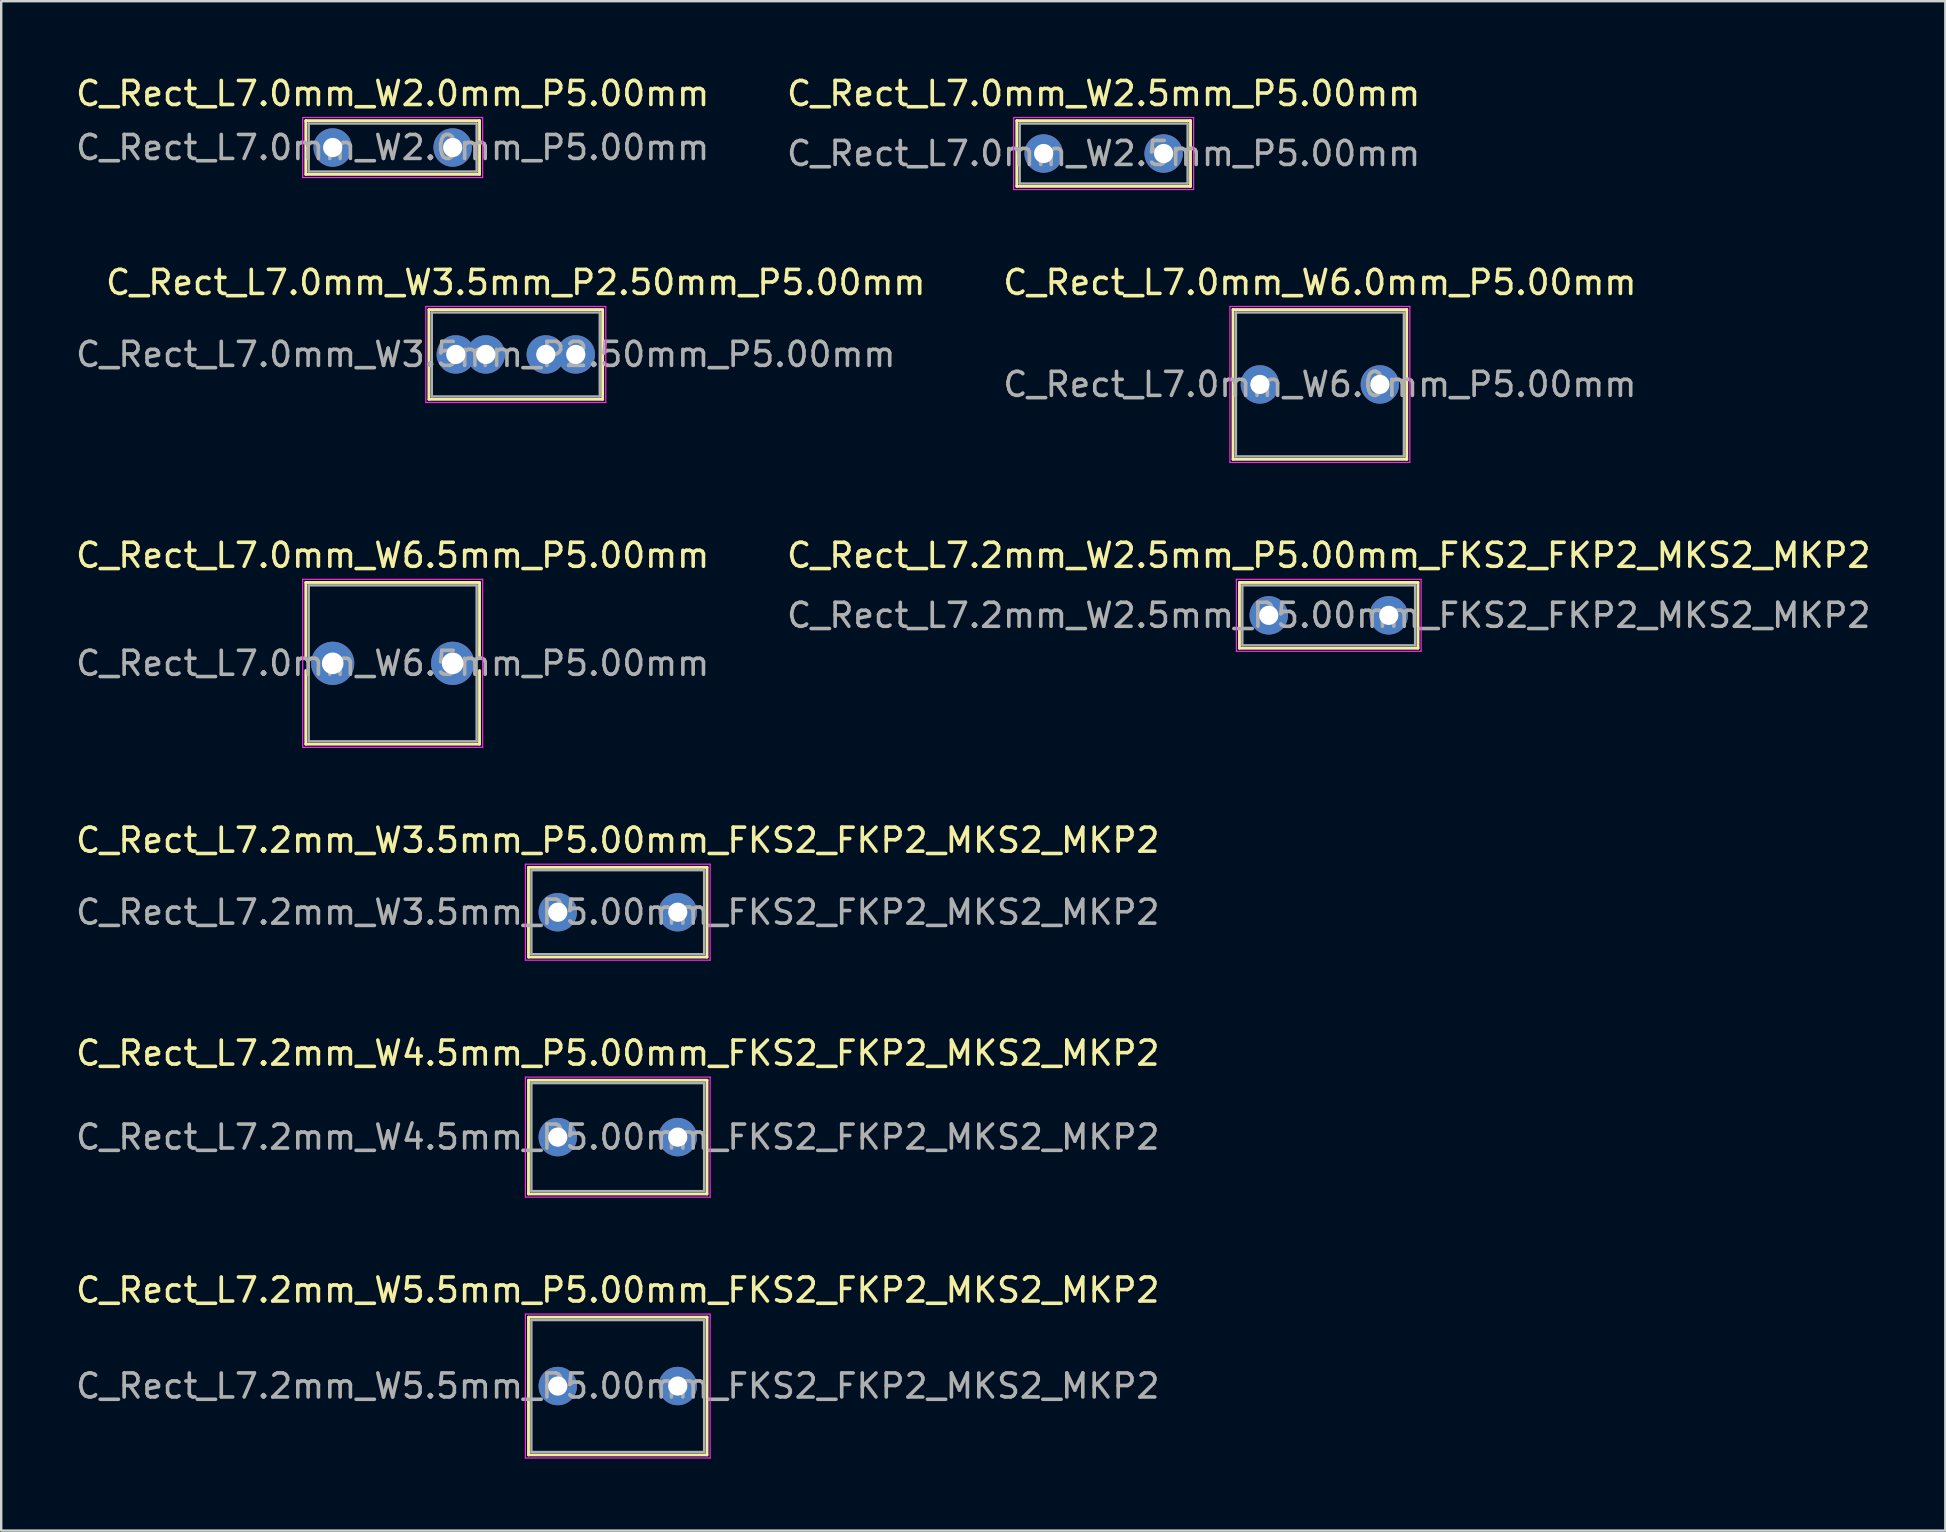
<source format=kicad_pcb>
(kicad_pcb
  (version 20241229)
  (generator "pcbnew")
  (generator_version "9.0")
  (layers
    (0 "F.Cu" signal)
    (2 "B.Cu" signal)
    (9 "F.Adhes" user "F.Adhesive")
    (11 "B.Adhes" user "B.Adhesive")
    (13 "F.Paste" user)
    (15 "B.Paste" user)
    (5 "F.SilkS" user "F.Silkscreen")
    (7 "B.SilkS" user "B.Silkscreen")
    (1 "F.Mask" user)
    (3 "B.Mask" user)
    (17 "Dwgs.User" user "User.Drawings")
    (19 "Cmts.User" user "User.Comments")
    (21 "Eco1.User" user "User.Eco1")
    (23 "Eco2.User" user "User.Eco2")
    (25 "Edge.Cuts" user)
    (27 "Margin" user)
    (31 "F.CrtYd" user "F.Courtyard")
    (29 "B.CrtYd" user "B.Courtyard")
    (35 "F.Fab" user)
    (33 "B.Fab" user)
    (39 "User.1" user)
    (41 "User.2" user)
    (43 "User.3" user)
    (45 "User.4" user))
  (footprint "C_Rect_L7.0mm_W3.5mm_P2.50mm_P5.00mm"
    (layer "F.Cu")
    (at 15.946 11.722)
    (property "Reference" "C_Rect_L7.0mm_W3.5mm_P2.50mm_P5.00mm" (at 2.5 -3 0) (layer "F.SilkS") (effects (font (size 1 1) (thickness 0.15))))
    (attr through_hole)
    (fp_line (start -1.12 -1.87) (end -1.12 1.87) (stroke (width 0.12) (type solid)) (layer "F.SilkS"))
    (fp_line (start -1.12 -1.87) (end 6.12 -1.87) (stroke (width 0.12) (type solid)) (layer "F.SilkS"))
    (fp_line (start -1.12 1.87) (end 6.12 1.87) (stroke (width 0.12) (type solid)) (layer "F.SilkS"))
    (fp_line (start 6.12 -1.87) (end 6.12 1.87) (stroke (width 0.12) (type solid)) (layer "F.SilkS"))
    (fp_line (start -1.25 -2) (end -1.25 2) (stroke (width 0.05) (type solid)) (layer "F.CrtYd"))
    (fp_line (start -1.25 2) (end 6.25 2) (stroke (width 0.05) (type solid)) (layer "F.CrtYd"))
    (fp_line (start 6.25 -2) (end -1.25 -2) (stroke (width 0.05) (type solid)) (layer "F.CrtYd"))
    (fp_line (start 6.25 2) (end 6.25 -2) (stroke (width 0.05) (type solid)) (layer "F.CrtYd"))
    (fp_line (start -1 -1.75) (end -1 1.75) (stroke (width 0.1) (type solid)) (layer "F.Fab"))
    (fp_line (start -1 1.75) (end 6 1.75) (stroke (width 0.1) (type solid)) (layer "F.Fab"))
    (fp_line (start 6 -1.75) (end -1 -1.75) (stroke (width 0.1) (type solid)) (layer "F.Fab"))
    (fp_line (start 6 1.75) (end 6 -1.75) (stroke (width 0.1) (type solid)) (layer "F.Fab"))
    (fp_text user "${REFERENCE}" (at 1.25 0 0) (layer "F.Fab") (effects (font (size 1 1) (thickness 0.15))))
    (pad "1" thru_hole circle (at 0 0) (size 1.6 1.6) (drill 0.8) (layers "*.Cu" "*.Mask"))
    (pad "1" thru_hole circle (at 1.25 0) (size 1.6 1.6) (drill 0.8) (layers "*.Cu" "*.Mask"))
    (pad "2" thru_hole circle (at 3.75 0) (size 1.6 1.6) (drill 0.8) (layers "*.Cu" "*.Mask"))
    (pad "2" thru_hole circle (at 5 0) (size 1.6 1.6) (drill 0.8) (layers "*.Cu" "*.Mask")))
  (footprint "C_Rect_L7.0mm_W6.0mm_P5.00mm"
    (layer "F.Cu")
    (at 49.458 12.972)
    (property "Reference" "C_Rect_L7.0mm_W6.0mm_P5.00mm" (at 2.5 -4.25 0) (layer "F.SilkS") (effects (font (size 1 1) (thickness 0.15))))
    (attr through_hole)
    (fp_line (start -1.12 -3.12) (end -1.12 3.12) (stroke (width 0.12) (type solid)) (layer "F.SilkS"))
    (fp_line (start -1.12 -3.12) (end 6.12 -3.12) (stroke (width 0.12) (type solid)) (layer "F.SilkS"))
    (fp_line (start -1.12 3.12) (end 6.12 3.12) (stroke (width 0.12) (type solid)) (layer "F.SilkS"))
    (fp_line (start 6.12 -3.12) (end 6.12 3.12) (stroke (width 0.12) (type solid)) (layer "F.SilkS"))
    (fp_line (start -1.25 -3.25) (end -1.25 3.25) (stroke (width 0.05) (type solid)) (layer "F.CrtYd"))
    (fp_line (start -1.25 3.25) (end 6.25 3.25) (stroke (width 0.05) (type solid)) (layer "F.CrtYd"))
    (fp_line (start 6.25 -3.25) (end -1.25 -3.25) (stroke (width 0.05) (type solid)) (layer "F.CrtYd"))
    (fp_line (start 6.25 3.25) (end 6.25 -3.25) (stroke (width 0.05) (type solid)) (layer "F.CrtYd"))
    (fp_line (start -1 -3) (end -1 3) (stroke (width 0.1) (type solid)) (layer "F.Fab"))
    (fp_line (start -1 3) (end 6 3) (stroke (width 0.1) (type solid)) (layer "F.Fab"))
    (fp_line (start 6 -3) (end -1 -3) (stroke (width 0.1) (type solid)) (layer "F.Fab"))
    (fp_line (start 6 3) (end 6 -3) (stroke (width 0.1) (type solid)) (layer "F.Fab"))
    (fp_text user "${REFERENCE}" (at 2.5 0 0) (layer "F.Fab") (effects (font (size 1 1) (thickness 0.15))))
    (pad "1" thru_hole circle (at 0 0) (size 1.6 1.6) (drill 0.8) (layers "*.Cu" "*.Mask"))
    (pad "2" thru_hole circle (at 5 0) (size 1.6 1.6) (drill 0.8) (layers "*.Cu" "*.Mask")))
  (footprint "C_Rect_L7.0mm_W2.5mm_P5.00mm"
    (layer "F.Cu")
    (at 40.446 3.348)
    (property "Reference" "C_Rect_L7.0mm_W2.5mm_P5.00mm" (at 2.5 -2.5 0) (layer "F.SilkS") (effects (font (size 1 1) (thickness 0.15))))
    (attr through_hole)
    (fp_line (start -1.12 -1.37) (end -1.12 1.37) (stroke (width 0.12) (type solid)) (layer "F.SilkS"))
    (fp_line (start -1.12 -1.37) (end 6.12 -1.37) (stroke (width 0.12) (type solid)) (layer "F.SilkS"))
    (fp_line (start -1.12 1.37) (end 6.12 1.37) (stroke (width 0.12) (type solid)) (layer "F.SilkS"))
    (fp_line (start 6.12 -1.37) (end 6.12 1.37) (stroke (width 0.12) (type solid)) (layer "F.SilkS"))
    (fp_line (start -1.25 -1.5) (end -1.25 1.5) (stroke (width 0.05) (type solid)) (layer "F.CrtYd"))
    (fp_line (start -1.25 1.5) (end 6.25 1.5) (stroke (width 0.05) (type solid)) (layer "F.CrtYd"))
    (fp_line (start 6.25 -1.5) (end -1.25 -1.5) (stroke (width 0.05) (type solid)) (layer "F.CrtYd"))
    (fp_line (start 6.25 1.5) (end 6.25 -1.5) (stroke (width 0.05) (type solid)) (layer "F.CrtYd"))
    (fp_line (start -1 -1.25) (end -1 1.25) (stroke (width 0.1) (type solid)) (layer "F.Fab"))
    (fp_line (start -1 1.25) (end 6 1.25) (stroke (width 0.1) (type solid)) (layer "F.Fab"))
    (fp_line (start 6 -1.25) (end -1 -1.25) (stroke (width 0.1) (type solid)) (layer "F.Fab"))
    (fp_line (start 6 1.25) (end 6 -1.25) (stroke (width 0.1) (type solid)) (layer "F.Fab"))
    (fp_text user "${REFERENCE}" (at 2.5 0 0) (layer "F.Fab") (effects (font (size 1 1) (thickness 0.15))))
    (pad "1" thru_hole circle (at 0 0) (size 1.6 1.6) (drill 0.8) (layers "*.Cu" "*.Mask"))
    (pad "2" thru_hole circle (at 5 0) (size 1.6 1.6) (drill 0.8) (layers "*.Cu" "*.Mask")))
  (footprint "C_Rect_L7.0mm_W6.5mm_P5.00mm"
    (layer "F.Cu")
    (at 10.815 24.595)
    (property "Reference" "C_Rect_L7.0mm_W6.5mm_P5.00mm" (at 2.5 -4.5 0) (layer "F.SilkS") (effects (font (size 1 1) (thickness 0.15))))
    (attr through_hole)
    (fp_line (start -1.12 -3.37) (end -1.12 -0.301) (stroke (width 0.12) (type solid)) (layer "F.SilkS"))
    (fp_line (start -1.12 -3.37) (end 6.12 -3.37) (stroke (width 0.12) (type solid)) (layer "F.SilkS"))
    (fp_line (start -1.12 0.301) (end -1.12 3.37) (stroke (width 0.12) (type solid)) (layer "F.SilkS"))
    (fp_line (start -1.12 3.37) (end 6.12 3.37) (stroke (width 0.12) (type solid)) (layer "F.SilkS"))
    (fp_line (start 6.12 -3.37) (end 6.12 -0.301) (stroke (width 0.12) (type solid)) (layer "F.SilkS"))
    (fp_line (start 6.12 0.301) (end 6.12 3.37) (stroke (width 0.12) (type solid)) (layer "F.SilkS"))
    (fp_line (start -1.25 -3.5) (end -1.25 3.5) (stroke (width 0.05) (type solid)) (layer "F.CrtYd"))
    (fp_line (start -1.25 3.5) (end 6.25 3.5) (stroke (width 0.05) (type solid)) (layer "F.CrtYd"))
    (fp_line (start 6.25 -3.5) (end -1.25 -3.5) (stroke (width 0.05) (type solid)) (layer "F.CrtYd"))
    (fp_line (start 6.25 3.5) (end 6.25 -3.5) (stroke (width 0.05) (type solid)) (layer "F.CrtYd"))
    (fp_line (start -1 -3.25) (end -1 3.25) (stroke (width 0.1) (type solid)) (layer "F.Fab"))
    (fp_line (start -1 3.25) (end 6 3.25) (stroke (width 0.1) (type solid)) (layer "F.Fab"))
    (fp_line (start 6 -3.25) (end -1 -3.25) (stroke (width 0.1) (type solid)) (layer "F.Fab"))
    (fp_line (start 6 3.25) (end 6 -3.25) (stroke (width 0.1) (type solid)) (layer "F.Fab"))
    (fp_text user "${REFERENCE}" (at 2.5 0 0) (layer "F.Fab") (effects (font (size 1 1) (thickness 0.15))))
    (pad "1" thru_hole circle (at 0 0) (size 1.8 1.8) (drill 0.9) (layers "*.Cu" "*.Mask"))
    (pad "2" thru_hole circle (at 5 0) (size 1.8 1.8) (drill 0.9) (layers "*.Cu" "*.Mask")))
  (footprint "C_Rect_L7.0mm_W2.0mm_P5.00mm"
    (layer "F.Cu")
    (at 10.815 3.098)
    (property "Reference" "C_Rect_L7.0mm_W2.0mm_P5.00mm" (at 2.5 -2.25 0) (layer "F.SilkS") (effects (font (size 1 1) (thickness 0.15))))
    (attr through_hole)
    (fp_line (start -1.12 -1.12) (end -1.12 1.12) (stroke (width 0.12) (type solid)) (layer "F.SilkS"))
    (fp_line (start -1.12 -1.12) (end 6.12 -1.12) (stroke (width 0.12) (type solid)) (layer "F.SilkS"))
    (fp_line (start -1.12 1.12) (end 6.12 1.12) (stroke (width 0.12) (type solid)) (layer "F.SilkS"))
    (fp_line (start 6.12 -1.12) (end 6.12 1.12) (stroke (width 0.12) (type solid)) (layer "F.SilkS"))
    (fp_line (start -1.25 -1.25) (end -1.25 1.25) (stroke (width 0.05) (type solid)) (layer "F.CrtYd"))
    (fp_line (start -1.25 1.25) (end 6.25 1.25) (stroke (width 0.05) (type solid)) (layer "F.CrtYd"))
    (fp_line (start 6.25 -1.25) (end -1.25 -1.25) (stroke (width 0.05) (type solid)) (layer "F.CrtYd"))
    (fp_line (start 6.25 1.25) (end 6.25 -1.25) (stroke (width 0.05) (type solid)) (layer "F.CrtYd"))
    (fp_line (start -1 -1) (end -1 1) (stroke (width 0.1) (type solid)) (layer "F.Fab"))
    (fp_line (start -1 1) (end 6 1) (stroke (width 0.1) (type solid)) (layer "F.Fab"))
    (fp_line (start 6 -1) (end -1 -1) (stroke (width 0.1) (type solid)) (layer "F.Fab"))
    (fp_line (start 6 1) (end 6 -1) (stroke (width 0.1) (type solid)) (layer "F.Fab"))
    (fp_text user "${REFERENCE}" (at 2.5 0 0) (layer "F.Fab") (effects (font (size 1 1) (thickness 0.15))))
    (pad "1" thru_hole circle (at 0 0) (size 1.6 1.6) (drill 0.8) (layers "*.Cu" "*.Mask"))
    (pad "2" thru_hole circle (at 5 0) (size 1.6 1.6) (drill 0.8) (layers "*.Cu" "*.Mask")))
  (footprint "C_Rect_L7.2mm_W5.5mm_P5.00mm_FKS2_FKP2_MKS2_MKP2"
    (layer "F.Cu")
    (at 20.196 54.715)
    (property "Reference" "C_Rect_L7.2mm_W5.5mm_P5.00mm_FKS2_FKP2_MKS2_MKP2" (at 2.5 -4 0) (layer "F.SilkS") (effects (font (size 1 1) (thickness 0.15))))
    (attr through_hole)
    (fp_line (start -1.22 -2.87) (end -1.22 2.87) (stroke (width 0.12) (type solid)) (layer "F.SilkS"))
    (fp_line (start -1.22 -2.87) (end 6.22 -2.87) (stroke (width 0.12) (type solid)) (layer "F.SilkS"))
    (fp_line (start -1.22 2.87) (end 6.22 2.87) (stroke (width 0.12) (type solid)) (layer "F.SilkS"))
    (fp_line (start 6.22 -2.87) (end 6.22 2.87) (stroke (width 0.12) (type solid)) (layer "F.SilkS"))
    (fp_line (start -1.35 -3) (end -1.35 3) (stroke (width 0.05) (type solid)) (layer "F.CrtYd"))
    (fp_line (start -1.35 3) (end 6.35 3) (stroke (width 0.05) (type solid)) (layer "F.CrtYd"))
    (fp_line (start 6.35 -3) (end -1.35 -3) (stroke (width 0.05) (type solid)) (layer "F.CrtYd"))
    (fp_line (start 6.35 3) (end 6.35 -3) (stroke (width 0.05) (type solid)) (layer "F.CrtYd"))
    (fp_line (start -1.1 -2.75) (end -1.1 2.75) (stroke (width 0.1) (type solid)) (layer "F.Fab"))
    (fp_line (start -1.1 2.75) (end 6.1 2.75) (stroke (width 0.1) (type solid)) (layer "F.Fab"))
    (fp_line (start 6.1 -2.75) (end -1.1 -2.75) (stroke (width 0.1) (type solid)) (layer "F.Fab"))
    (fp_line (start 6.1 2.75) (end 6.1 -2.75) (stroke (width 0.1) (type solid)) (layer "F.Fab"))
    (fp_text user "${REFERENCE}" (at 2.5 0 0) (layer "F.Fab") (effects (font (size 1 1) (thickness 0.15))))
    (pad "1" thru_hole circle (at 0 0) (size 1.6 1.6) (drill 0.8) (layers "*.Cu" "*.Mask"))
    (pad "2" thru_hole circle (at 5 0) (size 1.6 1.6) (drill 0.8) (layers "*.Cu" "*.Mask")))
  (footprint "C_Rect_L7.2mm_W3.5mm_P5.00mm_FKS2_FKP2_MKS2_MKP2"
    (layer "F.Cu")
    (at 20.196 34.968)
    (property "Reference" "C_Rect_L7.2mm_W3.5mm_P5.00mm_FKS2_FKP2_MKS2_MKP2" (at 2.5 -3 0) (layer "F.SilkS") (effects (font (size 1 1) (thickness 0.15))))
    (attr through_hole)
    (fp_line (start -1.22 -1.87) (end -1.22 1.87) (stroke (width 0.12) (type solid)) (layer "F.SilkS"))
    (fp_line (start -1.22 -1.87) (end 6.22 -1.87) (stroke (width 0.12) (type solid)) (layer "F.SilkS"))
    (fp_line (start -1.22 1.87) (end 6.22 1.87) (stroke (width 0.12) (type solid)) (layer "F.SilkS"))
    (fp_line (start 6.22 -1.87) (end 6.22 1.87) (stroke (width 0.12) (type solid)) (layer "F.SilkS"))
    (fp_line (start -1.35 -2) (end -1.35 2) (stroke (width 0.05) (type solid)) (layer "F.CrtYd"))
    (fp_line (start -1.35 2) (end 6.35 2) (stroke (width 0.05) (type solid)) (layer "F.CrtYd"))
    (fp_line (start 6.35 -2) (end -1.35 -2) (stroke (width 0.05) (type solid)) (layer "F.CrtYd"))
    (fp_line (start 6.35 2) (end 6.35 -2) (stroke (width 0.05) (type solid)) (layer "F.CrtYd"))
    (fp_line (start -1.1 -1.75) (end -1.1 1.75) (stroke (width 0.1) (type solid)) (layer "F.Fab"))
    (fp_line (start -1.1 1.75) (end 6.1 1.75) (stroke (width 0.1) (type solid)) (layer "F.Fab"))
    (fp_line (start 6.1 -1.75) (end -1.1 -1.75) (stroke (width 0.1) (type solid)) (layer "F.Fab"))
    (fp_line (start 6.1 1.75) (end 6.1 -1.75) (stroke (width 0.1) (type solid)) (layer "F.Fab"))
    (fp_text user "${REFERENCE}" (at 2.5 0 0) (layer "F.Fab") (effects (font (size 1 1) (thickness 0.15))))
    (pad "1" thru_hole circle (at 0 0) (size 1.6 1.6) (drill 0.8) (layers "*.Cu" "*.Mask"))
    (pad "2" thru_hole circle (at 5 0) (size 1.6 1.6) (drill 0.8) (layers "*.Cu" "*.Mask")))
  (footprint "C_Rect_L7.2mm_W4.5mm_P5.00mm_FKS2_FKP2_MKS2_MKP2"
    (layer "F.Cu")
    (at 20.196 44.341)
    (property "Reference" "C_Rect_L7.2mm_W4.5mm_P5.00mm_FKS2_FKP2_MKS2_MKP2" (at 2.5 -3.5 0) (layer "F.SilkS") (effects (font (size 1 1) (thickness 0.15))))
    (attr through_hole)
    (fp_line (start -1.22 -2.37) (end -1.22 2.37) (stroke (width 0.12) (type solid)) (layer "F.SilkS"))
    (fp_line (start -1.22 -2.37) (end 6.22 -2.37) (stroke (width 0.12) (type solid)) (layer "F.SilkS"))
    (fp_line (start -1.22 2.37) (end 6.22 2.37) (stroke (width 0.12) (type solid)) (layer "F.SilkS"))
    (fp_line (start 6.22 -2.37) (end 6.22 2.37) (stroke (width 0.12) (type solid)) (layer "F.SilkS"))
    (fp_line (start -1.35 -2.5) (end -1.35 2.5) (stroke (width 0.05) (type solid)) (layer "F.CrtYd"))
    (fp_line (start -1.35 2.5) (end 6.35 2.5) (stroke (width 0.05) (type solid)) (layer "F.CrtYd"))
    (fp_line (start 6.35 -2.5) (end -1.35 -2.5) (stroke (width 0.05) (type solid)) (layer "F.CrtYd"))
    (fp_line (start 6.35 2.5) (end 6.35 -2.5) (stroke (width 0.05) (type solid)) (layer "F.CrtYd"))
    (fp_line (start -1.1 -2.25) (end -1.1 2.25) (stroke (width 0.1) (type solid)) (layer "F.Fab"))
    (fp_line (start -1.1 2.25) (end 6.1 2.25) (stroke (width 0.1) (type solid)) (layer "F.Fab"))
    (fp_line (start 6.1 -2.25) (end -1.1 -2.25) (stroke (width 0.1) (type solid)) (layer "F.Fab"))
    (fp_line (start 6.1 2.25) (end 6.1 -2.25) (stroke (width 0.1) (type solid)) (layer "F.Fab"))
    (fp_text user "${REFERENCE}" (at 2.5 0 0) (layer "F.Fab") (effects (font (size 1 1) (thickness 0.15))))
    (pad "1" thru_hole circle (at 0 0) (size 1.6 1.6) (drill 0.8) (layers "*.Cu" "*.Mask"))
    (pad "2" thru_hole circle (at 5 0) (size 1.6 1.6) (drill 0.8) (layers "*.Cu" "*.Mask")))
  (footprint "C_Rect_L7.2mm_W2.5mm_P5.00mm_FKS2_FKP2_MKS2_MKP2"
    (layer "F.Cu")
    (at 49.827 22.595)
    (property "Reference" "C_Rect_L7.2mm_W2.5mm_P5.00mm_FKS2_FKP2_MKS2_MKP2" (at 2.5 -2.5 0) (layer "F.SilkS") (effects (font (size 1 1) (thickness 0.15))))
    (attr through_hole)
    (fp_line (start -1.22 -1.37) (end -1.22 1.37) (stroke (width 0.12) (type solid)) (layer "F.SilkS"))
    (fp_line (start -1.22 -1.37) (end 6.22 -1.37) (stroke (width 0.12) (type solid)) (layer "F.SilkS"))
    (fp_line (start -1.22 1.37) (end 6.22 1.37) (stroke (width 0.12) (type solid)) (layer "F.SilkS"))
    (fp_line (start 6.22 -1.37) (end 6.22 1.37) (stroke (width 0.12) (type solid)) (layer "F.SilkS"))
    (fp_line (start -1.35 -1.5) (end -1.35 1.5) (stroke (width 0.05) (type solid)) (layer "F.CrtYd"))
    (fp_line (start -1.35 1.5) (end 6.35 1.5) (stroke (width 0.05) (type solid)) (layer "F.CrtYd"))
    (fp_line (start 6.35 -1.5) (end -1.35 -1.5) (stroke (width 0.05) (type solid)) (layer "F.CrtYd"))
    (fp_line (start 6.35 1.5) (end 6.35 -1.5) (stroke (width 0.05) (type solid)) (layer "F.CrtYd"))
    (fp_line (start -1.1 -1.25) (end -1.1 1.25) (stroke (width 0.1) (type solid)) (layer "F.Fab"))
    (fp_line (start -1.1 1.25) (end 6.1 1.25) (stroke (width 0.1) (type solid)) (layer "F.Fab"))
    (fp_line (start 6.1 -1.25) (end -1.1 -1.25) (stroke (width 0.1) (type solid)) (layer "F.Fab"))
    (fp_line (start 6.1 1.25) (end 6.1 -1.25) (stroke (width 0.1) (type solid)) (layer "F.Fab"))
    (fp_text user "${REFERENCE}" (at 2.5 0 0) (layer "F.Fab") (effects (font (size 1 1) (thickness 0.15))))
    (pad "1" thru_hole circle (at 0 0) (size 1.6 1.6) (drill 0.8) (layers "*.Cu" "*.Mask"))
    (pad "2" thru_hole circle (at 5 0) (size 1.6 1.6) (drill 0.8) (layers "*.Cu" "*.Mask")))
  (gr_rect
    (start -3 -3)
    (end 78.024 60.739)
    (stroke (width 0.1) (type default))
    (fill no)
    (layer "Edge.Cuts")))
</source>
